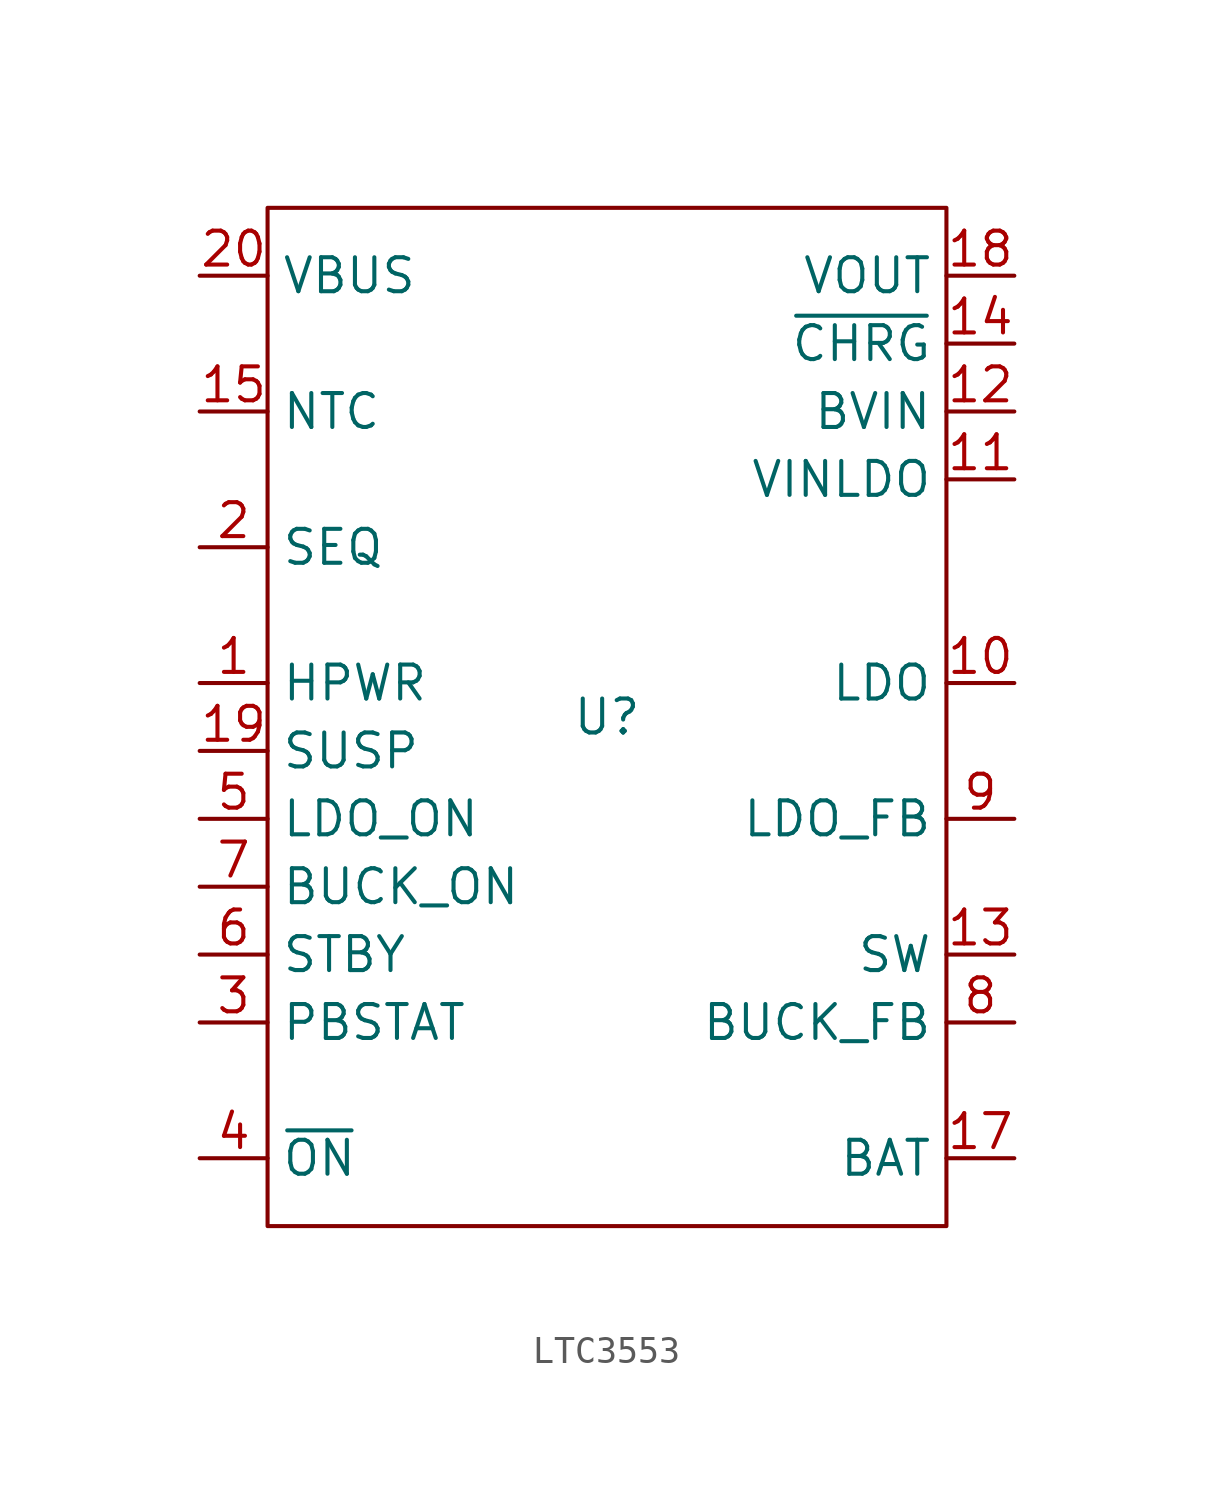
<source format=kicad_sym>
(kicad_symbol_lib
  (version 20231120)
  (generator "kicad_symbol_editor")
  (generator_version "8.0")
  (symbol "LTC3553"
    (property "Reference" "U"
      (at 0 0 0)
      (effects (font (size 1.27 1.27))))
    (property "Value" ""
      (at 0 0 0)
      (effects (font (size 1.27 1.27))))
    (symbol "LTC3553_0_1"
      (rectangle (start -12.7 19.05) (end 12.7 -19.05) (stroke (width 0) (type default)) (fill (type none))))
    (symbol "LTC3553_1_1"
      (pin input line (at -15.24 1.27 0) (length 2.54) (name "HPWR" (effects (font (size 1.27 1.27)))) (number "1" (effects (font (size 1.27 1.27)))))
      (pin input line (at 15.24 1.27 180) (length 2.54) (name "LDO" (effects (font (size 1.27 1.27)))) (number "10" (effects (font (size 1.27 1.27)))))
      (pin input line (at 15.24 8.89 180) (length 2.54) (name "VINLDO" (effects (font (size 1.27 1.27)))) (number "11" (effects (font (size 1.27 1.27)))))
      (pin input line (at 15.24 11.43 180) (length 2.54) (name "BVIN" (effects (font (size 1.27 1.27)))) (number "12" (effects (font (size 1.27 1.27)))))
      (pin input line (at 15.24 -8.89 180) (length 2.54) (name "SW" (effects (font (size 1.27 1.27)))) (number "13" (effects (font (size 1.27 1.27)))))
      (pin output line (at 15.24 13.97 180) (length 2.54) (name "~{CHRG}" (effects (font (size 1.27 1.27)))) (number "14" (effects (font (size 1.27 1.27)))))
      (pin input line (at -15.24 11.43 0) (length 2.54) (name "NTC" (effects (font (size 1.27 1.27)))) (number "15" (effects (font (size 1.27 1.27)))))
      (pin input line (at 15.24 -16.51 180) (length 2.54) (name "BAT" (effects (font (size 1.27 1.27)))) (number "17" (effects (font (size 1.27 1.27)))))
      (pin input line (at 15.24 16.51 180) (length 2.54) (name "VOUT" (effects (font (size 1.27 1.27)))) (number "18" (effects (font (size 1.27 1.27)))))
      (pin input line (at -15.24 -1.27 0) (length 2.54) (name "SUSP" (effects (font (size 1.27 1.27)))) (number "19" (effects (font (size 1.27 1.27)))))
      (pin output line (at -15.24 6.35 0) (length 2.54) (name "SEQ" (effects (font (size 1.27 1.27)))) (number "2" (effects (font (size 1.27 1.27)))))
      (pin input line (at -15.24 16.51 0) (length 2.54) (name "VBUS" (effects (font (size 1.27 1.27)))) (number "20" (effects (font (size 1.27 1.27)))))
      (pin output line (at -15.24 -11.43 0) (length 2.54) (name "PBSTAT" (effects (font (size 1.27 1.27)))) (number "3" (effects (font (size 1.27 1.27)))))
      (pin input line (at -15.24 -16.51 0) (length 2.54) (name "~{ON}" (effects (font (size 1.27 1.27)))) (number "4" (effects (font (size 1.27 1.27)))))
      (pin input line (at -15.24 -3.81 0) (length 2.54) (name "LDO_ON" (effects (font (size 1.27 1.27)))) (number "5" (effects (font (size 1.27 1.27)))))
      (pin input line (at -15.24 -8.89 0) (length 2.54) (name "STBY" (effects (font (size 1.27 1.27)))) (number "6" (effects (font (size 1.27 1.27)))))
      (pin input line (at -15.24 -6.35 0) (length 2.54) (name "BUCK_ON" (effects (font (size 1.27 1.27)))) (number "7" (effects (font (size 1.27 1.27)))))
      (pin input line (at 15.24 -11.43 180) (length 2.54) (name "BUCK_FB" (effects (font (size 1.27 1.27)))) (number "8" (effects (font (size 1.27 1.27)))))
      (pin input line (at 15.24 -3.81 180) (length 2.54) (name "LDO_FB" (effects (font (size 1.27 1.27)))) (number "9" (effects (font (size 1.27 1.27))))))))
</source>
